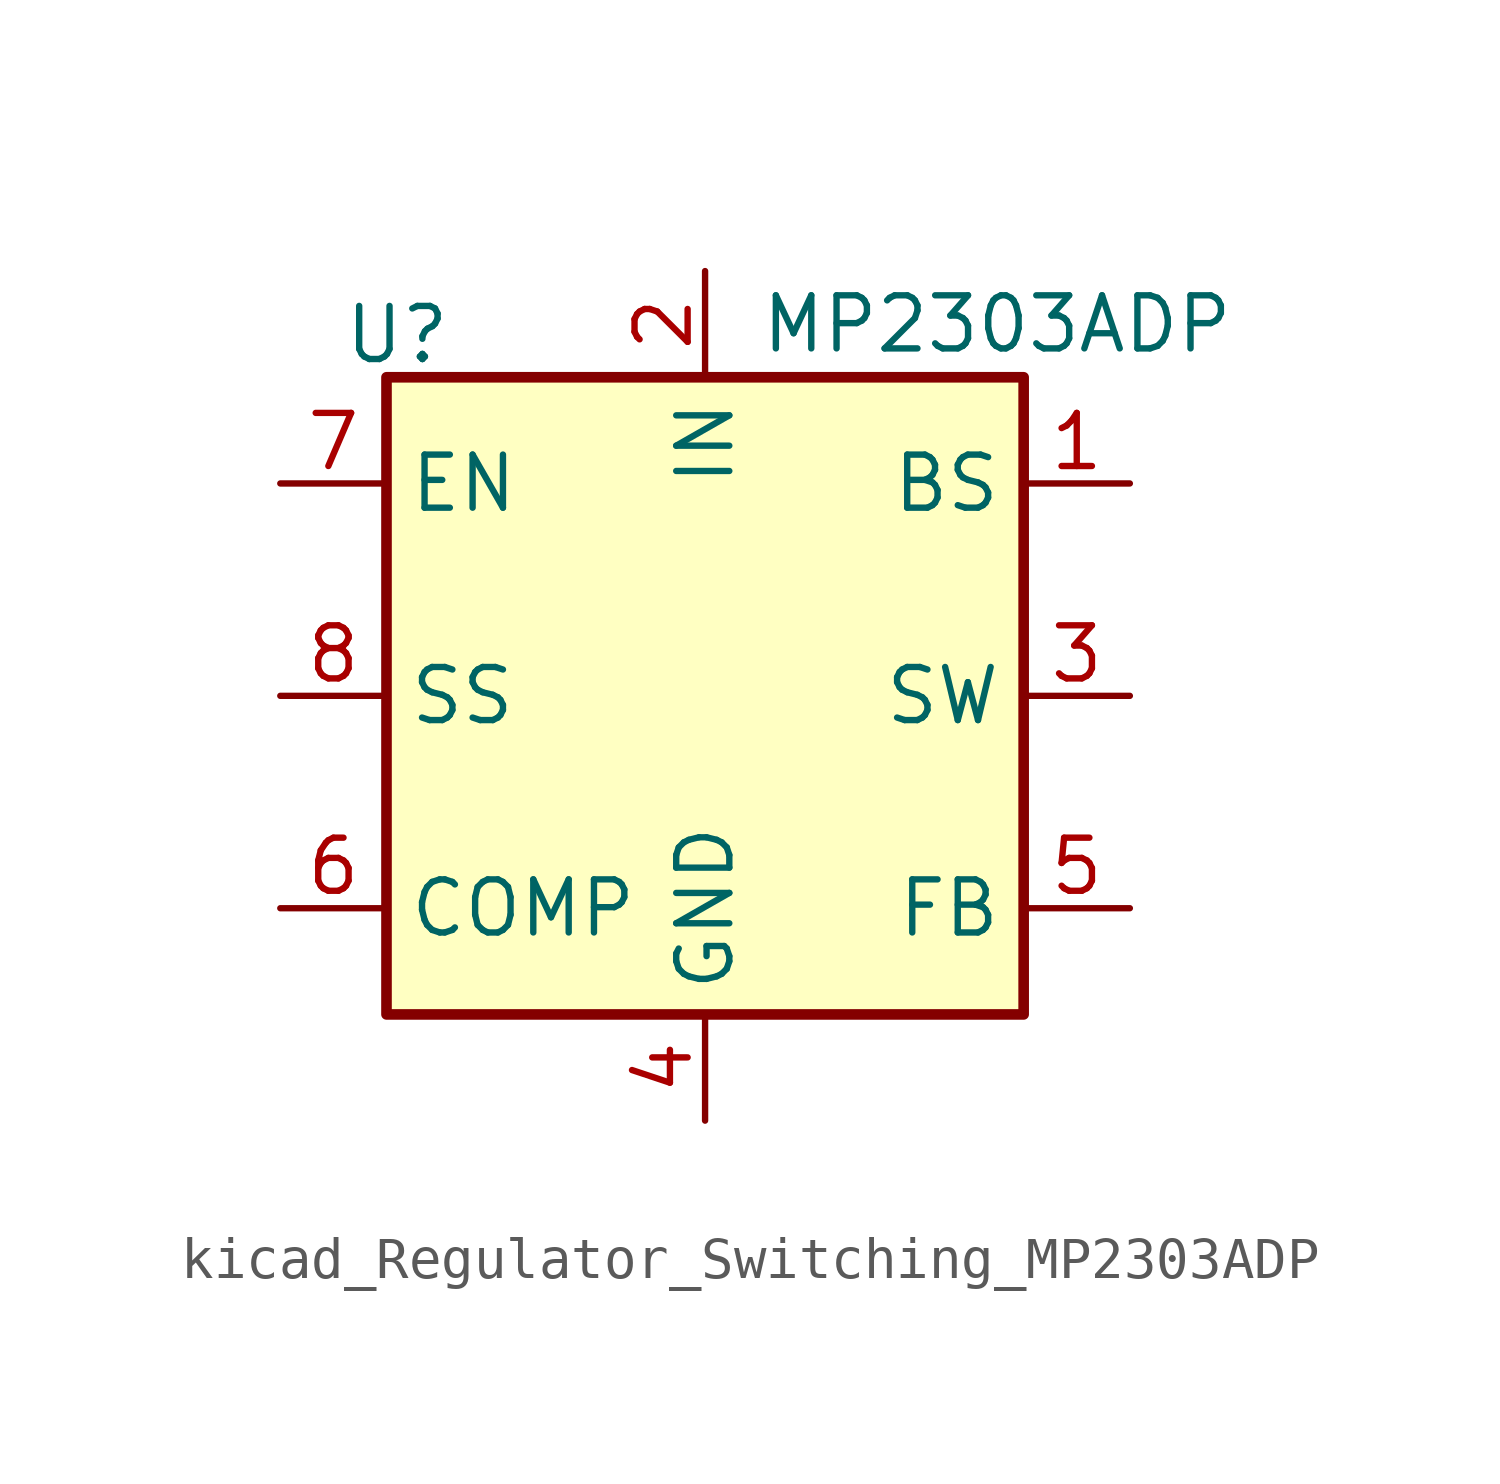
<source format=kicad_sym>
(kicad_symbol_lib
  (version 20220914)
  (generator kicad_symbol_editor)
  (symbol "kicad_Regulator_Switching_MP2303ADP"
    (property "Reference" "U"
      (at -7.366 8.636 0)
      (effects (font (size 1.27 1.27))))
    (property "Value" "MP2303ADP"
      (at 6.985 8.89 0)
      (effects (font (size 1.27 1.27))))
    (symbol "kicad_Regulator_Switching_MP2303ADP_0_1"
      (rectangle (start -7.62 7.62) (end 7.62 -7.62) (stroke (width 0.254) (type default)) (fill (type background))))
    (symbol "kicad_Regulator_Switching_MP2303ADP_1_1"
      (pin passive line (at 10.16 5.08 180) (length 2.54) (name "BS" (effects (font (size 1.27 1.27)))) (number "1" (effects (font (size 1.27 1.27)))))
      (pin power_in line (at 0 10.16 270) (length 2.54) (name "IN" (effects (font (size 1.27 1.27)))) (number "2" (effects (font (size 1.27 1.27)))))
      (pin output line (at 10.16 0 180) (length 2.54) (name "SW" (effects (font (size 1.27 1.27)))) (number "3" (effects (font (size 1.27 1.27)))))
      (pin power_in line (at 0 -10.16 90) (length 2.54) (name "GND" (effects (font (size 1.27 1.27)))) (number "4" (effects (font (size 1.27 1.27)))))
      (pin input line (at 10.16 -5.08 180) (length 2.54) (name "FB" (effects (font (size 1.27 1.27)))) (number "5" (effects (font (size 1.27 1.27)))))
      (pin passive line (at -10.16 -5.08 0) (length 2.54) (name "COMP" (effects (font (size 1.27 1.27)))) (number "6" (effects (font (size 1.27 1.27)))))
      (pin input line (at -10.16 5.08 0) (length 2.54) (name "EN" (effects (font (size 1.27 1.27)))) (number "7" (effects (font (size 1.27 1.27)))))
      (pin input line (at -10.16 0 0) (length 2.54) (name "SS" (effects (font (size 1.27 1.27)))) (number "8" (effects (font (size 1.27 1.27))))))))
</source>
